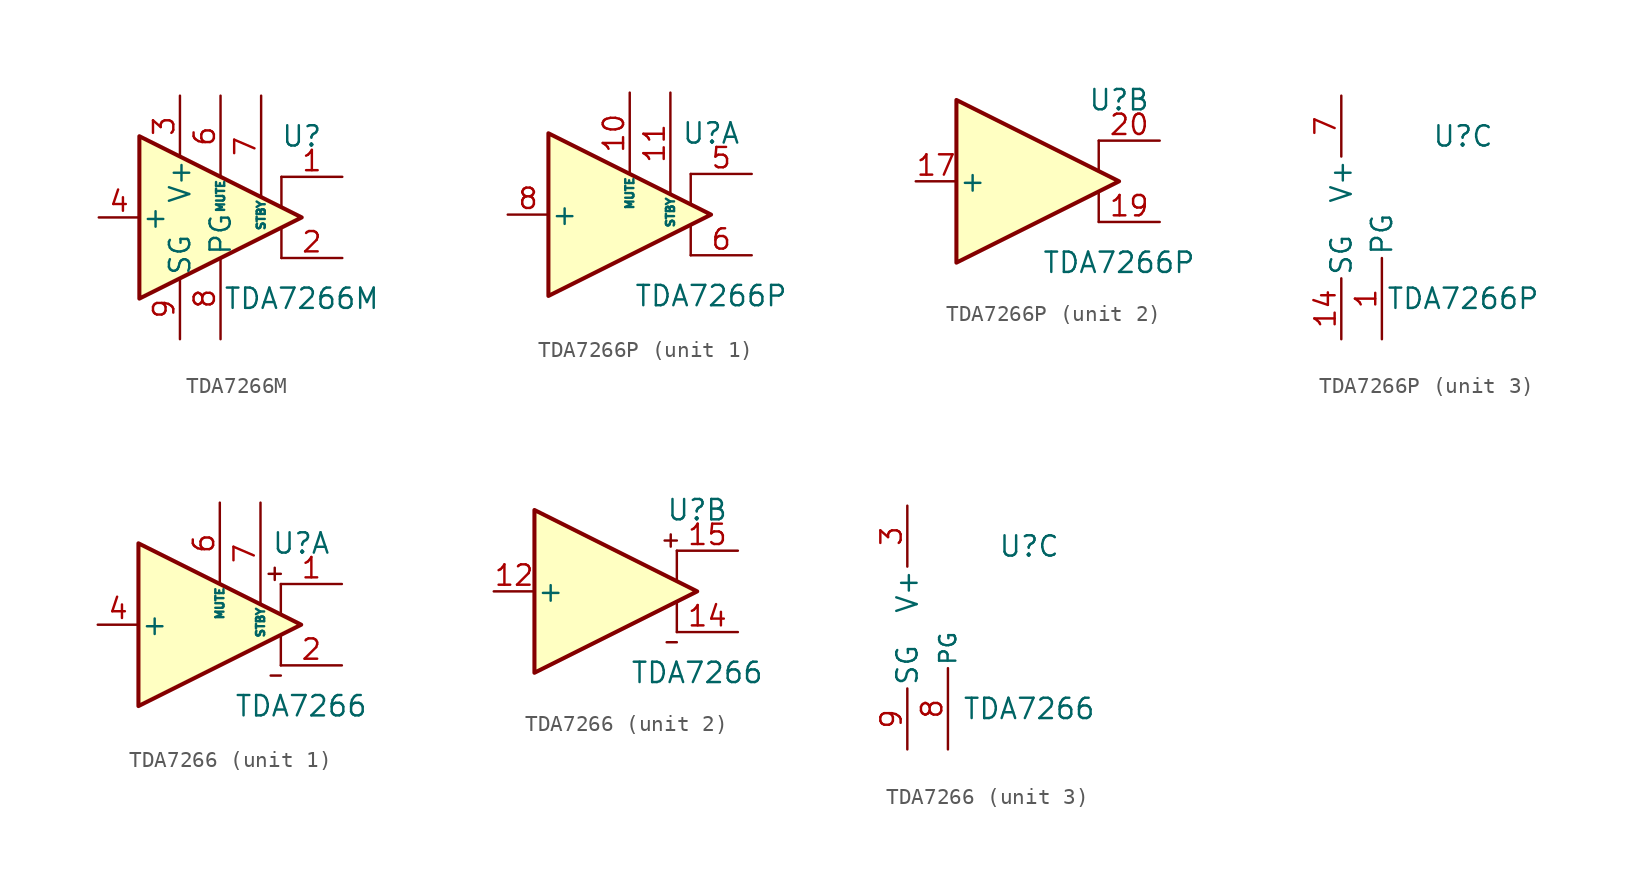
<source format=kicad_sym>
(kicad_symbol_lib
  (version 20220914)
  (generator kicad_symbol_editor)
  (symbol "TDA7266M"
    (pin_names
      (offset 0.127))
    (property "Reference" "U"
      (at 5.08 5.08 0)
      (effects (font (size 1.27 1.27))))
    (property "Value" "TDA7266M"
      (at 5.08 -5.08 0)
      (effects (font (size 1.27 1.27))))
    (symbol "TDA7266M_0_1"
      (polyline (pts (xy 3.81 -0.635) (xy 3.81 -2.54)) (stroke (width 0) (type default)) (fill (type none)))
      (polyline (pts (xy 3.81 2.54) (xy 3.81 0.635)) (stroke (width 0) (type default)) (fill (type none)))
      (polyline (pts (xy 5.08 0) (xy -5.08 5.08) (xy -5.08 -5.08) (xy 5.08 0)) (stroke (width 0.254) (type default)) (fill (type background))))
    (symbol "TDA7266M_1_1"
      (pin output line (at 7.62 2.54 180) (length 3.81) (name "~" (effects (font (size 1.27 1.27)))) (number "1" (effects (font (size 1.27 1.27)))))
      (pin no_connect line (at 0 2.54 270) (length 2.54) hide (name "NC" (effects (font (size 1.27 1.27)))) (number "10" (effects (font (size 1.27 1.27)))))
      (pin no_connect line (at 2.54 2.54 270) (length 2.54) hide (name "NC" (effects (font (size 1.27 1.27)))) (number "11" (effects (font (size 1.27 1.27)))))
      (pin no_connect line (at -2.54 -2.54 90) (length 2.54) hide (name "NC" (effects (font (size 1.27 1.27)))) (number "12" (effects (font (size 1.27 1.27)))))
      (pin passive line (at -2.54 7.62 270) (length 3.81) hide (name "V+" (effects (font (size 1.27 1.27)))) (number "13" (effects (font (size 1.27 1.27)))))
      (pin no_connect line (at 0 -2.54 90) (length 2.54) hide (name "NC" (effects (font (size 1.27 1.27)))) (number "14" (effects (font (size 1.27 1.27)))))
      (pin no_connect line (at 2.54 -2.54 90) (length 2.54) hide (name "NC" (effects (font (size 1.27 1.27)))) (number "15" (effects (font (size 1.27 1.27)))))
      (pin output line (at 7.62 -2.54 180) (length 3.81) (name "~" (effects (font (size 1.27 1.27)))) (number "2" (effects (font (size 1.27 1.27)))))
      (pin power_in line (at -2.54 7.62 270) (length 3.81) (name "V+" (effects (font (size 1.27 1.27)))) (number "3" (effects (font (size 1.27 1.27)))))
      (pin input line (at -7.62 0 0) (length 2.54) (name "+" (effects (font (size 1.27 1.27)))) (number "4" (effects (font (size 1.27 1.27)))))
      (pin no_connect line (at -2.54 2.54 270) (length 2.54) hide (name "NC" (effects (font (size 1.27 1.27)))) (number "5" (effects (font (size 1.27 1.27)))))
      (pin input line (at 0 7.62 270) (length 5.08) (name "MUTE" (effects (font (size 0.508 0.508)))) (number "6" (effects (font (size 1.27 1.27)))))
      (pin input line (at 2.54 7.62 270) (length 6.35) (name "STBY" (effects (font (size 0.508 0.508)))) (number "7" (effects (font (size 1.27 1.27)))))
      (pin power_in line (at 0 -7.62 90) (length 5.08) (name "PG" (effects (font (size 1.27 1.27)))) (number "8" (effects (font (size 1.27 1.27)))))
      (pin power_in line (at -2.54 -7.62 90) (length 3.81) (name "SG" (effects (font (size 1.27 1.27)))) (number "9" (effects (font (size 1.27 1.27)))))))
  (symbol "TDA7266P"
    (pin_names
      (offset 0.127))
    (property "Reference" "U"
      (at 5.08 5.08 0)
      (effects (font (size 1.27 1.27))))
    (property "Value" "TDA7266P"
      (at 5.08 -5.08 0)
      (effects (font (size 1.27 1.27))))
    (property "ki_locked" ""
      (at 0 0 0)
      (effects (font (size 1.27 1.27))))
    (symbol "TDA7266P_1_1"
      (polyline (pts (xy 3.81 -0.635) (xy 3.81 -2.54)) (stroke (width 0) (type default)) (fill (type none)))
      (polyline (pts (xy 3.81 2.54) (xy 3.81 0.635)) (stroke (width 0) (type default)) (fill (type none)))
      (polyline (pts (xy 5.08 0) (xy -5.08 5.08) (xy -5.08 -5.08) (xy 5.08 0)) (stroke (width 0.254) (type default)) (fill (type background)))
      (pin input line (at 0 7.62 270) (length 5.08) (name "MUTE" (effects (font (size 0.508 0.508)))) (number "10" (effects (font (size 1.27 1.27)))))
      (pin input line (at 2.54 7.62 270) (length 6.35) (name "STBY" (effects (font (size 0.508 0.508)))) (number "11" (effects (font (size 1.27 1.27)))))
      (pin no_connect line (at -2.54 0 270) (length 2.54) hide (name "NC" (effects (font (size 1.27 1.27)))) (number "12" (effects (font (size 1.27 1.27)))))
      (pin no_connect line (at 0 0 270) (length 2.54) hide (name "NC" (effects (font (size 1.27 1.27)))) (number "13" (effects (font (size 1.27 1.27)))))
      (pin no_connect line (at 2.54 0 270) (length 2.54) hide (name "NC" (effects (font (size 1.27 1.27)))) (number "15" (effects (font (size 1.27 1.27)))))
      (pin no_connect line (at -5.08 -2.54 90) (length 2.54) hide (name "NC" (effects (font (size 1.27 1.27)))) (number "16" (effects (font (size 1.27 1.27)))))
      (pin no_connect line (at -5.08 2.54 270) (length 2.54) hide (name "NC" (effects (font (size 1.27 1.27)))) (number "2" (effects (font (size 1.27 1.27)))))
      (pin no_connect line (at -2.54 -2.54 90) (length 2.54) hide (name "NC" (effects (font (size 1.27 1.27)))) (number "21" (effects (font (size 1.27 1.27)))))
      (pin no_connect line (at 0 -2.54 90) (length 2.54) hide (name "NC" (effects (font (size 1.27 1.27)))) (number "22" (effects (font (size 1.27 1.27)))))
      (pin no_connect line (at 2.54 -2.54 90) (length 2.54) hide (name "NC" (effects (font (size 1.27 1.27)))) (number "23" (effects (font (size 1.27 1.27)))))
      (pin no_connect line (at -2.54 2.54 270) (length 2.54) hide (name "NC" (effects (font (size 1.27 1.27)))) (number "3" (effects (font (size 1.27 1.27)))))
      (pin no_connect line (at 0 2.54 270) (length 2.54) hide (name "NC" (effects (font (size 1.27 1.27)))) (number "4" (effects (font (size 1.27 1.27)))))
      (pin output line (at 7.62 2.54 180) (length 3.81) (name "~" (effects (font (size 1.27 1.27)))) (number "5" (effects (font (size 1.27 1.27)))))
      (pin output line (at 7.62 -2.54 180) (length 3.81) (name "~" (effects (font (size 1.27 1.27)))) (number "6" (effects (font (size 1.27 1.27)))))
      (pin input line (at -7.62 0 0) (length 2.54) (name "+" (effects (font (size 1.27 1.27)))) (number "8" (effects (font (size 1.27 1.27)))))
      (pin no_connect line (at 2.54 2.54 270) (length 2.54) hide (name "NC" (effects (font (size 1.27 1.27)))) (number "9" (effects (font (size 1.27 1.27))))))
    (symbol "TDA7266P_2_1"
      (polyline (pts (xy 3.81 -0.635) (xy 3.81 -2.54)) (stroke (width 0) (type default)) (fill (type none)))
      (polyline (pts (xy 3.81 2.54) (xy 3.81 0.635)) (stroke (width 0) (type default)) (fill (type none)))
      (polyline (pts (xy 5.08 0) (xy -5.08 5.08) (xy -5.08 -5.08) (xy 5.08 0)) (stroke (width 0.254) (type default)) (fill (type background)))
      (pin input line (at -7.62 0 0) (length 2.54) (name "+" (effects (font (size 1.27 1.27)))) (number "17" (effects (font (size 1.27 1.27)))))
      (pin output line (at 7.62 -2.54 180) (length 3.81) (name "~" (effects (font (size 1.27 1.27)))) (number "19" (effects (font (size 1.27 1.27)))))
      (pin output line (at 7.62 2.54 180) (length 3.81) (name "~" (effects (font (size 1.27 1.27)))) (number "20" (effects (font (size 1.27 1.27))))))
    (symbol "TDA7266P_3_1"
      (pin power_in line (at 0 -7.62 90) (length 5.08) (name "PG" (effects (font (size 1.27 1.27)))) (number "1" (effects (font (size 1.27 1.27)))))
      (pin power_in line (at -2.54 -7.62 90) (length 3.81) (name "SG" (effects (font (size 1.27 1.27)))) (number "14" (effects (font (size 1.27 1.27)))))
      (pin passive line (at -2.54 7.62 270) (length 3.81) hide (name "V+" (effects (font (size 1.27 1.27)))) (number "18" (effects (font (size 1.27 1.27)))))
      (pin passive line (at 0 -7.62 90) (length 5.08) hide (name "PG" (effects (font (size 1.27 1.27)))) (number "24" (effects (font (size 1.27 1.27)))))
      (pin power_in line (at -2.54 7.62 270) (length 3.81) (name "V+" (effects (font (size 1.27 1.27)))) (number "7" (effects (font (size 1.27 1.27)))))))
  (symbol "TDA7266"
    (pin_names
      (offset 0.127))
    (property "Reference" "U"
      (at 5.08 5.08 0)
      (effects (font (size 1.27 1.27))))
    (property "Value" "TDA7266"
      (at 5.08 -5.08 0)
      (effects (font (size 1.27 1.27))))
    (property "ki_locked" ""
      (at 0 0 0)
      (effects (font (size 1.27 1.27))))
    (symbol "TDA7266_1_1"
      (polyline (pts (xy 3.048 3.175) (xy 3.81 3.175)) (stroke (width 0) (type default)) (fill (type none)))
      (polyline (pts (xy 3.175 -3.175) (xy 3.81 -3.175)) (stroke (width 0) (type default)) (fill (type none)))
      (polyline (pts (xy 3.429 2.794) (xy 3.429 3.556)) (stroke (width 0) (type default)) (fill (type none)))
      (polyline (pts (xy 3.81 -0.635) (xy 3.81 -2.54)) (stroke (width 0) (type default)) (fill (type none)))
      (polyline (pts (xy 3.81 2.54) (xy 3.81 0.635)) (stroke (width 0) (type default)) (fill (type none)))
      (polyline (pts (xy 5.08 0) (xy -5.08 5.08) (xy -5.08 -5.08) (xy 5.08 0)) (stroke (width 0.254) (type default)) (fill (type background)))
      (pin output line (at 7.62 2.54 180) (length 3.81) (name "~" (effects (font (size 1.27 1.27)))) (number "1" (effects (font (size 1.27 1.27)))))
      (pin no_connect line (at 0 2.54 270) (length 2.54) hide (name "NC" (effects (font (size 1.27 1.27)))) (number "10" (effects (font (size 1.27 1.27)))))
      (pin no_connect line (at 2.54 2.54 270) (length 2.54) hide (name "NC" (effects (font (size 1.27 1.27)))) (number "11" (effects (font (size 1.27 1.27)))))
      (pin output line (at 7.62 -2.54 180) (length 3.81) (name "~" (effects (font (size 1.27 1.27)))) (number "2" (effects (font (size 1.27 1.27)))))
      (pin input line (at -7.62 0 0) (length 2.54) (name "+" (effects (font (size 1.27 1.27)))) (number "4" (effects (font (size 1.27 1.27)))))
      (pin no_connect line (at -2.54 2.54 270) (length 2.54) hide (name "NC" (effects (font (size 1.27 1.27)))) (number "5" (effects (font (size 1.27 1.27)))))
      (pin input line (at 0 7.62 270) (length 5.08) (name "MUTE" (effects (font (size 0.508 0.508)))) (number "6" (effects (font (size 1.27 1.27)))))
      (pin input line (at 2.54 7.62 270) (length 6.35) (name "STBY" (effects (font (size 0.508 0.508)))) (number "7" (effects (font (size 1.27 1.27))))))
    (symbol "TDA7266_2_1"
      (polyline (pts (xy 3.048 3.175) (xy 3.81 3.175)) (stroke (width 0) (type default)) (fill (type none)))
      (polyline (pts (xy 3.175 -3.175) (xy 3.81 -3.175)) (stroke (width 0) (type default)) (fill (type none)))
      (polyline (pts (xy 3.429 2.794) (xy 3.429 3.556)) (stroke (width 0) (type default)) (fill (type none)))
      (polyline (pts (xy 3.81 -0.635) (xy 3.81 -2.54)) (stroke (width 0) (type default)) (fill (type none)))
      (polyline (pts (xy 3.81 2.54) (xy 3.81 0.635)) (stroke (width 0) (type default)) (fill (type none)))
      (polyline (pts (xy 5.08 0) (xy -5.08 5.08) (xy -5.08 -5.08) (xy 5.08 0)) (stroke (width 0.254) (type default)) (fill (type background)))
      (pin input line (at -7.62 0 0) (length 2.54) (name "+" (effects (font (size 1.27 1.27)))) (number "12" (effects (font (size 1.27 1.27)))))
      (pin output line (at 7.62 -2.54 180) (length 3.81) (name "~" (effects (font (size 1.27 1.27)))) (number "14" (effects (font (size 1.27 1.27)))))
      (pin output line (at 7.62 2.54 180) (length 3.81) (name "~" (effects (font (size 1.27 1.27)))) (number "15" (effects (font (size 1.27 1.27))))))
    (symbol "TDA7266_3_1"
      (pin passive line (at -2.54 7.62 270) (length 3.81) hide (name "V+" (effects (font (size 1.27 1.27)))) (number "13" (effects (font (size 1.27 1.27)))))
      (pin power_in line (at -2.54 7.62 270) (length 3.81) (name "V+" (effects (font (size 1.27 1.27)))) (number "3" (effects (font (size 1.27 1.27)))))
      (pin power_in line (at 0 -7.62 90) (length 5.08) (name "PG" (effects (font (size 1.016 1.016)))) (number "8" (effects (font (size 1.27 1.27)))))
      (pin power_in line (at -2.54 -7.62 90) (length 3.81) (name "SG" (effects (font (size 1.27 1.27)))) (number "9" (effects (font (size 1.27 1.27))))))))
</source>
